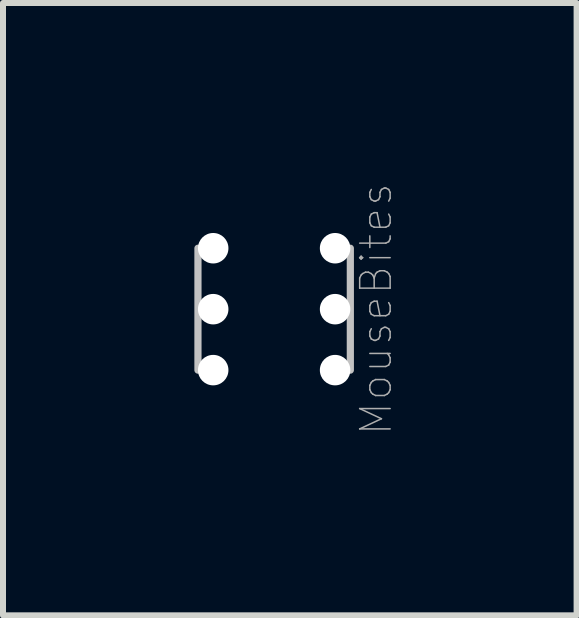
<source format=kicad_pcb>
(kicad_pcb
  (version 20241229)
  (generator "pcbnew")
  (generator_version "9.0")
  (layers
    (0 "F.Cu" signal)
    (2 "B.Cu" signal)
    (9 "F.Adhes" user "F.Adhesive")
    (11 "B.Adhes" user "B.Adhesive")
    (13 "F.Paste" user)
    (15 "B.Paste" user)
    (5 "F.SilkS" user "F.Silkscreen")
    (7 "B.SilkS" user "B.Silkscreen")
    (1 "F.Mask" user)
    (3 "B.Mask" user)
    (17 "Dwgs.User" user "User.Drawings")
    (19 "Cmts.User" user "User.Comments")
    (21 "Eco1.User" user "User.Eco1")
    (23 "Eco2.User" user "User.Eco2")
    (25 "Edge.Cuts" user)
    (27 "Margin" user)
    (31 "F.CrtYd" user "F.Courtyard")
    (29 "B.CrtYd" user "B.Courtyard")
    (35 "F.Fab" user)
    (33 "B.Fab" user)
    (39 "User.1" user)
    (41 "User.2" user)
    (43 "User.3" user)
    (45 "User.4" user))
  (footprint "MouseBites"
    (layer "F.Cu")
    (at 0.25 1.104)
    (property "Reference" "MouseBites" (at 2.97 1 90) (layer "F.Fab") (effects (font (size 0.508 0.508) (thickness 0.025))))
    (attr through_hole)
    (fp_line (start 0 -0.016) (end 0 2.016) (stroke (width 0.12) (type solid)) (layer "Dwgs.User"))
    (fp_line (start 2.54 -0.016) (end 2.54 2.016) (stroke (width 0.12) (type solid)) (layer "Dwgs.User"))
    (pad "" np_thru_hole circle (at 0.254 -0.016) (size 0.508 0.508) (drill 0.508) (layers "*.Cu"))
    (pad "" np_thru_hole circle (at 0.254 1) (size 0.508 0.508) (drill 0.508) (layers "*.Cu"))
    (pad "" np_thru_hole circle (at 0.254 2.016) (size 0.508 0.508) (drill 0.508) (layers "*.Cu"))
    (pad "" np_thru_hole circle (at 2.286 -0.016) (size 0.508 0.508) (drill 0.508) (layers "*.Cu"))
    (pad "" np_thru_hole circle (at 2.286 1) (size 0.508 0.508) (drill 0.508) (layers "*.Cu"))
    (pad "" np_thru_hole circle (at 2.286 2.016) (size 0.508 0.508) (drill 0.508) (layers "*.Cu")))
  (gr_rect
    (start -3 -3)
    (end 6.562 7.208)
    (stroke (width 0.1) (type default))
    (fill no)
    (layer "Edge.Cuts")))
</source>
